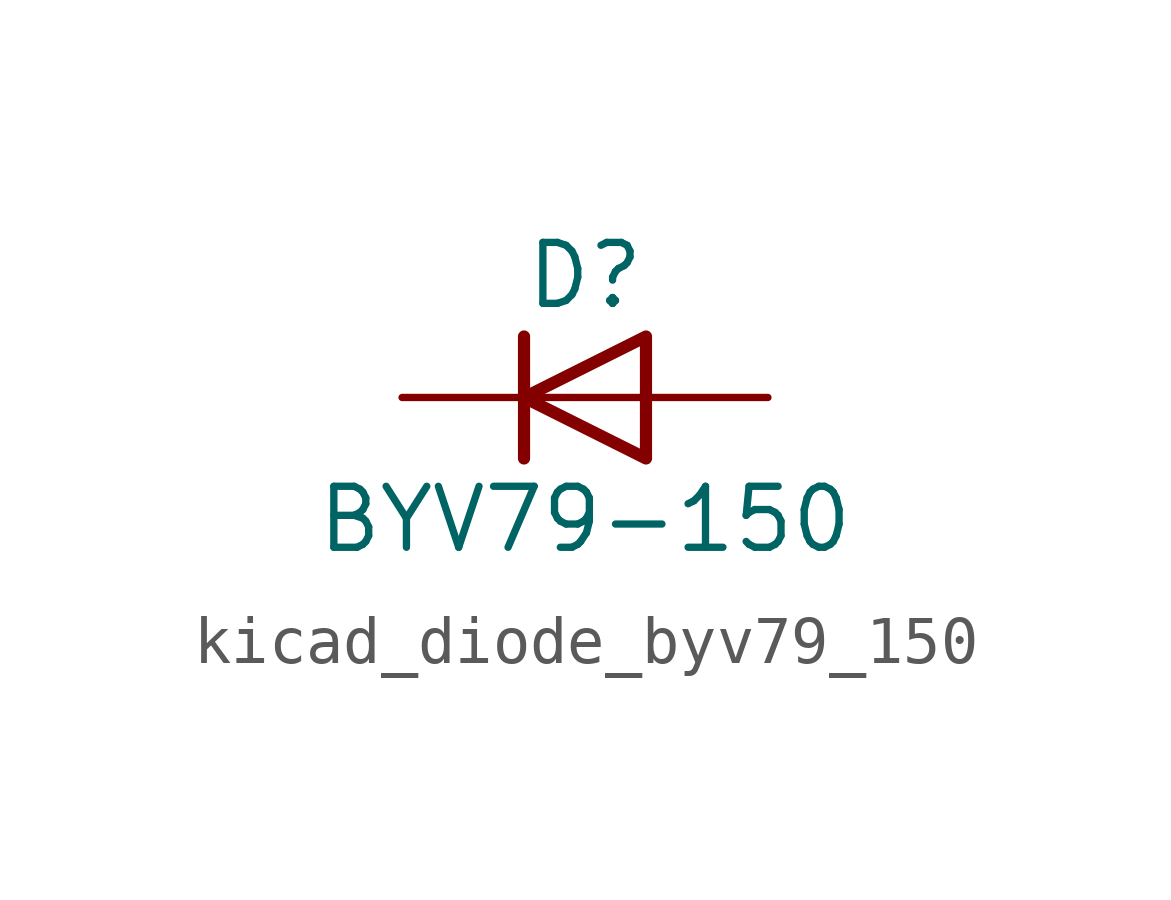
<source format=kicad_sym>
(kicad_symbol_lib
  (version 20220914)
  (generator kicad_symbol_editor)
  (symbol "kicad_diode_byv79_150"
    (pin_numbers hide)
    (pin_names hide)
    (property "Reference" "D"
      (at 0 2.54 0)
      (effects (font (size 1.27 1.27))))
    (property "Value" "BYV79-150"
      (at 0 -2.54 0)
      (effects (font (size 1.27 1.27))))
    (symbol "kicad_diode_byv79_150_0_1"
      (polyline (pts (xy -1.27 1.27) (xy -1.27 -1.27)) (stroke (width 0.254) (type default)) (fill (type none)))
      (polyline (pts (xy 1.27 0) (xy -1.27 0)) (stroke (width 0) (type default)) (fill (type none)))
      (polyline (pts (xy 1.27 1.27) (xy 1.27 -1.27) (xy -1.27 0) (xy 1.27 1.27)) (stroke (width 0.254) (type default)) (fill (type none))))
    (symbol "kicad_diode_byv79_150_1_1"
      (pin passive line (at -3.81 0 0) (length 2.54) (name "K" (effects (font (size 1.27 1.27)))) (number "1" (effects (font (size 1.27 1.27)))))
      (pin passive line (at 3.81 0 180) (length 2.54) (name "A" (effects (font (size 1.27 1.27)))) (number "2" (effects (font (size 1.27 1.27))))))))
</source>
